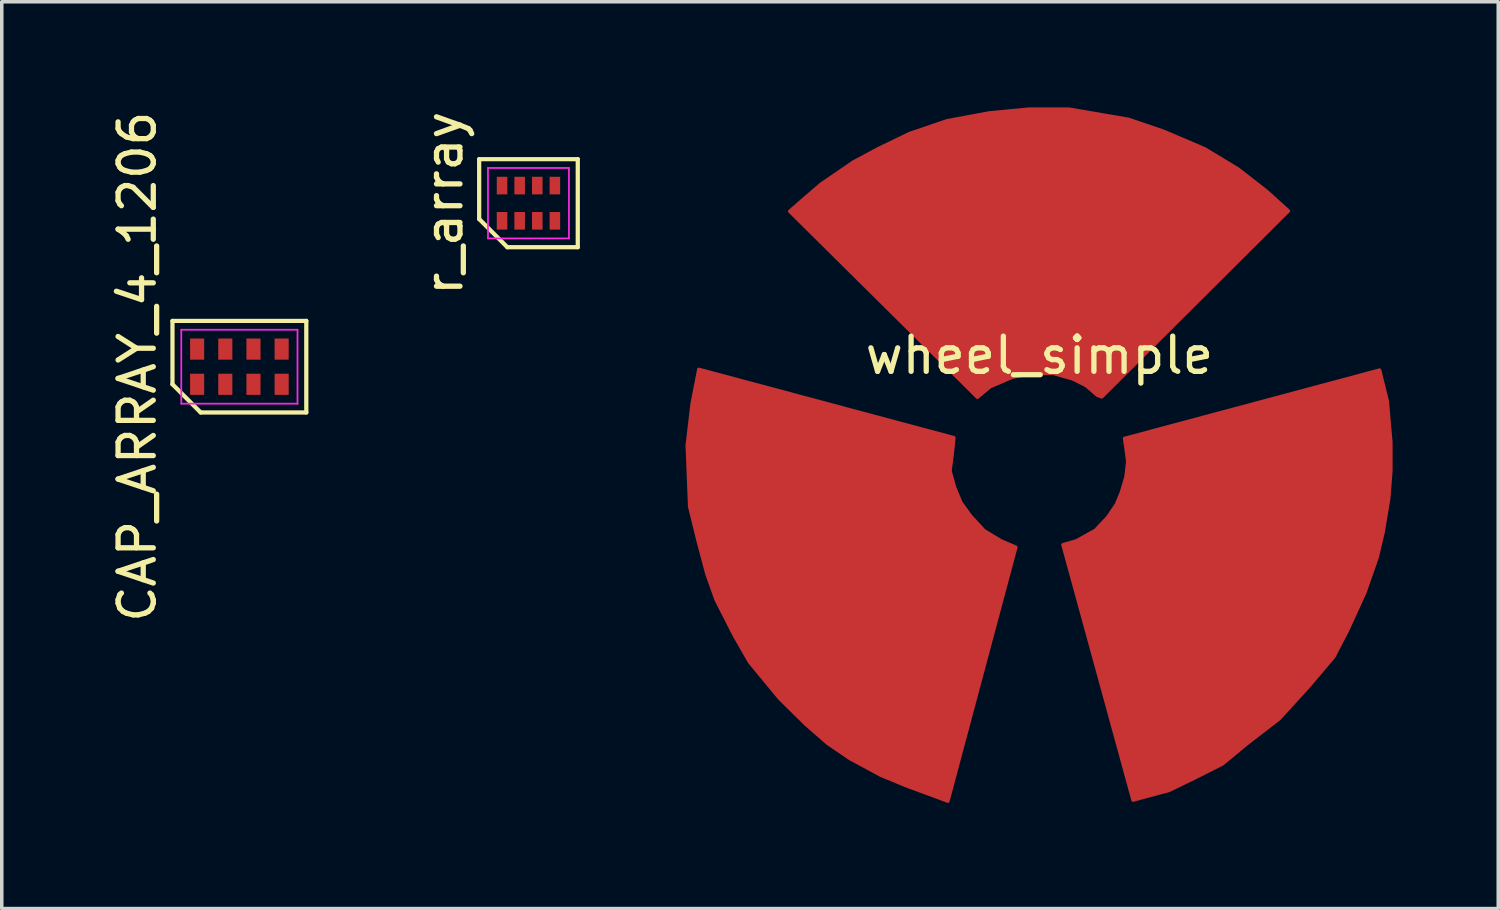
<source format=kicad_pcb>
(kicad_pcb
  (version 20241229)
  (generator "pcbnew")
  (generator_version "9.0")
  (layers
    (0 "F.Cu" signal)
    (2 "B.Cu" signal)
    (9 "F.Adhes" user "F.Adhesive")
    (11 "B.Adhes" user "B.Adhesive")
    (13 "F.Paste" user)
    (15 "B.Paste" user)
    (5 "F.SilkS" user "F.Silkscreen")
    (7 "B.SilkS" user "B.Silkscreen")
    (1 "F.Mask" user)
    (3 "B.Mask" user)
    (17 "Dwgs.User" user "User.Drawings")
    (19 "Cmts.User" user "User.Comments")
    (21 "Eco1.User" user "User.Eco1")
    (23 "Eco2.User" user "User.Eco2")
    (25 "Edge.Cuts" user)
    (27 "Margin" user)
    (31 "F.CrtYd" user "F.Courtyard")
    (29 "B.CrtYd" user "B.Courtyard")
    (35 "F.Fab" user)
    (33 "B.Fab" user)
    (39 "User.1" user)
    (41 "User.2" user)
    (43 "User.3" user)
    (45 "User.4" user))
  (footprint "CAP_ARRAY_4_1206"
    (layer "F.Cu")
    (at 3.748 7.363)
    (property "Reference" "CAP_ARRAY_4_1206" (at -2.9 0 90) (layer "F.SilkS") (effects (font (size 1 1) (thickness 0.15))))
    (attr smd)
    (fp_line (start -1.9 -1.3) (end 1.9 -1.3) (stroke (width 0.12) (type solid)) (layer "F.SilkS"))
    (fp_line (start -1.9 0.5) (end -1.9 -1.3) (stroke (width 0.12) (type solid)) (layer "F.SilkS"))
    (fp_line (start -1.1 1.3) (end -1.9 0.5) (stroke (width 0.12) (type solid)) (layer "F.SilkS"))
    (fp_line (start 1.9 -1.3) (end 1.9 1.3) (stroke (width 0.12) (type solid)) (layer "F.SilkS"))
    (fp_line (start 1.9 1.3) (end -1.1 1.3) (stroke (width 0.12) (type solid)) (layer "F.SilkS"))
    (fp_line (start -1.65 -1.05) (end 1.65 -1.05) (stroke (width 0.05) (type solid)) (layer "F.CrtYd"))
    (fp_line (start -1.65 1.05) (end -1.65 -1.05) (stroke (width 0.05) (type solid)) (layer "F.CrtYd"))
    (fp_line (start 1.65 -1.05) (end 1.65 1.05) (stroke (width 0.05) (type solid)) (layer "F.CrtYd"))
    (fp_line (start 1.65 1.05) (end -1.65 1.05) (stroke (width 0.05) (type solid)) (layer "F.CrtYd"))
    (pad "1" smd rect (at -1.2 0.5) (size 0.4 0.6) (layers "F.Cu" "F.Mask" "F.Paste"))
    (pad "2" smd rect (at -0.4 0.5) (size 0.4 0.6) (layers "F.Cu" "F.Mask" "F.Paste"))
    (pad "3" smd rect (at 0.4 0.5) (size 0.4 0.6) (layers "F.Cu" "F.Mask" "F.Paste"))
    (pad "4" smd rect (at 1.2 0.5) (size 0.4 0.6) (layers "F.Cu" "F.Mask" "F.Paste"))
    (pad "5" smd rect (at 1.2 -0.5) (size 0.4 0.6) (layers "F.Cu" "F.Mask" "F.Paste"))
    (pad "6" smd rect (at 0.4 -0.5) (size 0.4 0.6) (layers "F.Cu" "F.Mask" "F.Paste"))
    (pad "7" smd rect (at -0.4 -0.5) (size 0.4 0.6) (layers "F.Cu" "F.Mask" "F.Paste"))
    (pad "8" smd rect (at -1.2 -0.5) (size 0.4 0.6) (layers "F.Cu" "F.Mask" "F.Paste")))
  (footprint "wheel_simple"
    (layer "F.Cu")
    (at 26.466 10.04)
    (property "Reference" "wheel_simple" (at 0 -3 0) (layer "F.SilkS") (effects (font (size 1 1) (thickness 0.15))))
    (attr through_hole)
    (fp_poly (pts (xy -1.76 -1.81) (xy -1.4 -2.11) (xy -0.77 -2.38) (xy -0.23 -2.48) (xy 0.39 -2.49) (xy 0.95 -2.33) (xy 1.33 -2.14) (xy 1.64 -1.87) (xy 1.77 -1.82) (xy 7.07 -7.1) (xy 6.45 -7.66) (xy 5.64 -8.29) (xy 4.7 -8.86) (xy 3.53 -9.36) (xy 2.53 -9.7) (xy 0.84 -9.99) (xy -0.3 -9.99) (xy -1.44 -9.88) (xy -2.62 -9.66) (xy -3.68 -9.3) (xy -4.55 -8.88) (xy -5.28 -8.49) (xy -6.2 -7.86) (xy -6.77 -7.37) (xy -7.09 -7.09)) (stroke (width 0.1) (type solid)) (fill yes) (layer "F.Cu"))
    (fp_poly (pts (xy -0.67 2.45) (xy -1.09 2.27) (xy -1.57 1.98) (xy -1.95 1.57) (xy -2.23 1.18) (xy -2.41 0.75) (xy -2.54 0.28) (xy -2.48 -0.17) (xy -2.45 -0.45) (xy -2.43 -0.66) (xy -9.67 -2.6) (xy -9.86 -1.63) (xy -10 -0.44) (xy -9.93 1.3) (xy -9.68 2.31) (xy -9.44 3.21) (xy -9.18 3.94) (xy -8.66 4.96) (xy -8.23 5.71) (xy -7.38 6.74) (xy -6.63 7.48) (xy -6.01 8.02) (xy -5.38 8.45) (xy -4.51 8.92) (xy -3.74 9.24) (xy -3 9.51) (xy -2.6 9.66)) (stroke (width 0.1) (type solid)) (fill yes) (layer "F.Cu"))
    (fp_poly (pts (xy 0.67 2.38) (xy 1.05 2.27) (xy 1.59 1.97) (xy 1.94 1.6) (xy 2.19 1.23) (xy 2.33 0.89) (xy 2.46 0.45) (xy 2.51 0.02) (xy 2.46 -0.37) (xy 2.43 -0.56) (xy 2.42 -0.64) (xy 9.66 -2.58) (xy 9.88 -1.69) (xy 9.94 -0.97) (xy 9.98 -0.54) (xy 9.98 0.28) (xy 9.92 1.06) (xy 9.76 2.02) (xy 9.59 2.74) (xy 9.24 3.74) (xy 8.75 4.81) (xy 8.36 5.56) (xy 7.64 6.41) (xy 6.81 7.32) (xy 5.89 8.03) (xy 5.2 8.6) (xy 4.49 8.96) (xy 3.69 9.35) (xy 2.66 9.63)) (stroke (width 0.1) (type solid)) (fill yes) (layer "F.Cu"))
    (pad "1" smd circle (at -6 3.4) (size 1.524 1.524) (layers "F.Cu"))
    (pad "2" smd circle (at 5.8 3.6) (size 1.524 1.524) (layers "F.Cu"))
    (pad "3" smd circle (at -0.6 -6.6) (size 1.524 1.524) (layers "F.Cu" "F.Mask" "F.Paste")))
  (footprint "r_array"
    (layer "F.Cu")
    (at 11.957 2.72)
    (property "Reference" "r_array" (at -2.4 0 90) (layer "F.SilkS") (effects (font (size 1 1) (thickness 0.15))))
    (attr smd)
    (fp_line (start -1.4 -1.25) (end 1.4 -1.25) (stroke (width 0.12) (type solid)) (layer "F.SilkS"))
    (fp_line (start -1.4 0.45) (end -1.4 -1.25) (stroke (width 0.12) (type solid)) (layer "F.SilkS"))
    (fp_line (start -0.6 1.25) (end -1.4 0.45) (stroke (width 0.12) (type solid)) (layer "F.SilkS"))
    (fp_line (start 1.4 -1.25) (end 1.4 1.25) (stroke (width 0.12) (type solid)) (layer "F.SilkS"))
    (fp_line (start 1.4 1.25) (end -0.6 1.25) (stroke (width 0.12) (type solid)) (layer "F.SilkS"))
    (fp_line (start -1.15 -1) (end 1.15 -1) (stroke (width 0.05) (type solid)) (layer "F.CrtYd"))
    (fp_line (start -1.15 1) (end -1.15 -1) (stroke (width 0.05) (type solid)) (layer "F.CrtYd"))
    (fp_line (start 1.15 -1) (end 1.15 1) (stroke (width 0.05) (type solid)) (layer "F.CrtYd"))
    (fp_line (start 1.15 1) (end -1.15 1) (stroke (width 0.05) (type solid)) (layer "F.CrtYd"))
    (pad "1" smd rect (at -0.75 0.5) (size 0.3 0.5) (layers "F.Cu" "F.Mask" "F.Paste"))
    (pad "2" smd rect (at -0.25 0.5) (size 0.3 0.5) (layers "F.Cu" "F.Mask" "F.Paste"))
    (pad "3" smd rect (at 0.25 0.5) (size 0.3 0.5) (layers "F.Cu" "F.Mask" "F.Paste"))
    (pad "4" smd rect (at 0.75 0.5) (size 0.3 0.5) (layers "F.Cu" "F.Mask" "F.Paste"))
    (pad "5" smd rect (at 0.75 -0.5) (size 0.3 0.5) (layers "F.Cu" "F.Mask" "F.Paste"))
    (pad "6" smd rect (at 0.25 -0.5) (size 0.3 0.5) (layers "F.Cu" "F.Mask" "F.Paste"))
    (pad "7" smd rect (at -0.25 -0.5) (size 0.3 0.5) (layers "F.Cu" "F.Mask" "F.Paste"))
    (pad "8" smd rect (at -0.75 -0.5) (size 0.3 0.5) (layers "F.Cu" "F.Mask" "F.Paste")))
  (gr_rect
    (start -3 -3)
    (end 39.496 22.75)
    (stroke (width 0.1) (type default))
    (fill no)
    (layer "Edge.Cuts")))
</source>
